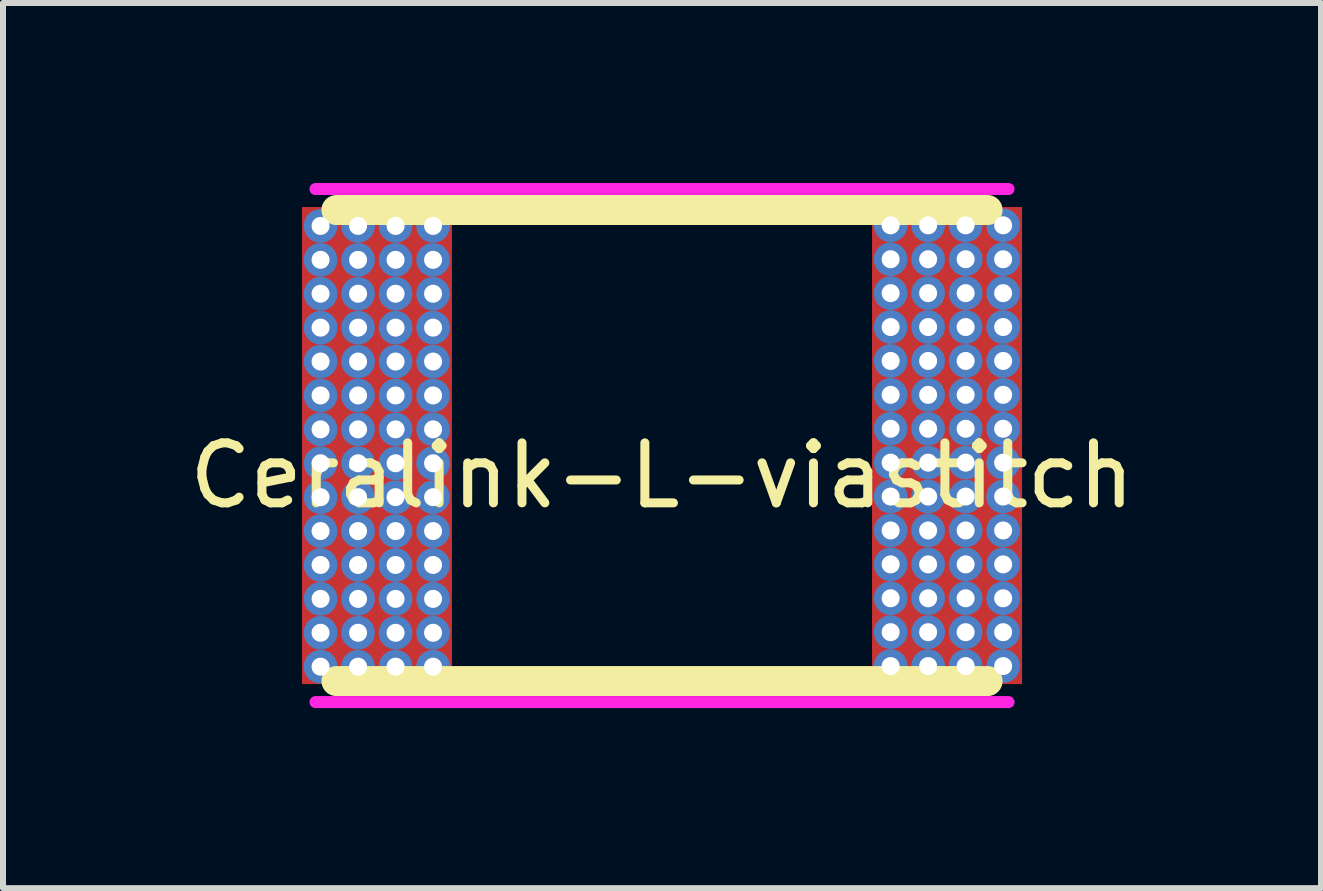
<source format=kicad_pcb>
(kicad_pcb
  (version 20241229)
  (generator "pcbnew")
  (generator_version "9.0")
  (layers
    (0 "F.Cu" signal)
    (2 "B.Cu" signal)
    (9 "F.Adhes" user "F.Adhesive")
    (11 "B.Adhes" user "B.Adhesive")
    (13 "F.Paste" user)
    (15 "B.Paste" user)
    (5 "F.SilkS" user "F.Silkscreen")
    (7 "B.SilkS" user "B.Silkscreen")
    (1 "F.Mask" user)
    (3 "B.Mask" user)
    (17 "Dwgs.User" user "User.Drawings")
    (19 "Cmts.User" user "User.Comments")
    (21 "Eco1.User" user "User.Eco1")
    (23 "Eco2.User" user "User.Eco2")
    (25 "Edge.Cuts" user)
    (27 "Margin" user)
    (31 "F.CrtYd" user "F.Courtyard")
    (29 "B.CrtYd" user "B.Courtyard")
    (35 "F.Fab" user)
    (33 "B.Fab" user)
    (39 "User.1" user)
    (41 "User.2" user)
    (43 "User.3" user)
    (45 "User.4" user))
  (footprint "Ceralink-L-viastitch"
    (layer "F.Cu")
    (at 7.982 4.375)
    (property "Reference" "Ceralink-L-viastitch" (at 0 0.5 0) (layer "F.SilkS") (effects (font (size 1 1) (thickness 0.15))))
    (attr through_hole)
    (fp_line (start -5.425 3.925) (end 5.425 3.925) (stroke (width 0.5) (type solid)) (layer "F.SilkS"))
    (fp_line (start 5.425 -3.925) (end -5.425 -3.925) (stroke (width 0.5) (type solid)) (layer "F.SilkS"))
    (fp_line (start -5.775 -4.275) (end 5.775 -4.275) (stroke (width 0.2) (type solid)) (layer "F.CrtYd"))
    (fp_line (start 5.775 4.275) (end -5.775 4.275) (stroke (width 0.2) (type solid)) (layer "F.CrtYd"))
    (pad "1" thru_hole circle (at -5.69 -3.66 90) (size 0.56 0.56) (drill 0.3) (layers "*.Cu"))
    (pad "1" thru_hole circle (at -5.69 -3.095 90) (size 0.56 0.56) (drill 0.3) (layers "*.Cu"))
    (pad "1" thru_hole circle (at -5.69 -2.53 90) (size 0.56 0.56) (drill 0.3) (layers "*.Cu"))
    (pad "1" thru_hole circle (at -5.69 -1.965 90) (size 0.56 0.56) (drill 0.3) (layers "*.Cu"))
    (pad "1" thru_hole circle (at -5.69 -1.4 90) (size 0.56 0.56) (drill 0.3) (layers "*.Cu"))
    (pad "1" thru_hole circle (at -5.69 -0.835 90) (size 0.56 0.56) (drill 0.3) (layers "*.Cu"))
    (pad "1" thru_hole circle (at -5.69 -0.27 90) (size 0.56 0.56) (drill 0.3) (layers "*.Cu"))
    (pad "1" thru_hole circle (at -5.69 0.295 90) (size 0.56 0.56) (drill 0.3) (layers "*.Cu"))
    (pad "1" thru_hole circle (at -5.69 0.86 90) (size 0.56 0.56) (drill 0.3) (layers "*.Cu"))
    (pad "1" thru_hole circle (at -5.69 1.425 90) (size 0.56 0.56) (drill 0.3) (layers "*.Cu"))
    (pad "1" thru_hole circle (at -5.69 1.99 90) (size 0.56 0.56) (drill 0.3) (layers "*.Cu"))
    (pad "1" thru_hole circle (at -5.69 2.555 90) (size 0.56 0.56) (drill 0.3) (layers "*.Cu"))
    (pad "1" thru_hole circle (at -5.69 3.12 90) (size 0.56 0.56) (drill 0.3) (layers "*.Cu"))
    (pad "1" thru_hole circle (at -5.69 3.685 90) (size 0.56 0.56) (drill 0.3) (layers "*.Cu"))
    (pad "1" thru_hole circle (at -5.065 -3.66 90) (size 0.56 0.56) (drill 0.3) (layers "*.Cu"))
    (pad "1" thru_hole circle (at -5.065 -3.095 90) (size 0.56 0.56) (drill 0.3) (layers "*.Cu"))
    (pad "1" thru_hole circle (at -5.065 -2.53 90) (size 0.56 0.56) (drill 0.3) (layers "*.Cu"))
    (pad "1" thru_hole circle (at -5.065 -1.965 90) (size 0.56 0.56) (drill 0.3) (layers "*.Cu"))
    (pad "1" thru_hole circle (at -5.065 -1.4 90) (size 0.56 0.56) (drill 0.3) (layers "*.Cu"))
    (pad "1" thru_hole circle (at -5.065 -0.835 90) (size 0.56 0.56) (drill 0.3) (layers "*.Cu"))
    (pad "1" thru_hole circle (at -5.065 -0.27 90) (size 0.56 0.56) (drill 0.3) (layers "*.Cu"))
    (pad "1" thru_hole circle (at -5.065 0.295 90) (size 0.56 0.56) (drill 0.3) (layers "*.Cu"))
    (pad "1" thru_hole circle (at -5.065 0.86 90) (size 0.56 0.56) (drill 0.3) (layers "*.Cu"))
    (pad "1" thru_hole circle (at -5.065 1.425 90) (size 0.56 0.56) (drill 0.3) (layers "*.Cu"))
    (pad "1" thru_hole circle (at -5.065 1.99 90) (size 0.56 0.56) (drill 0.3) (layers "*.Cu"))
    (pad "1" thru_hole circle (at -5.065 2.555 90) (size 0.56 0.56) (drill 0.3) (layers "*.Cu"))
    (pad "1" thru_hole circle (at -5.065 3.12 90) (size 0.56 0.56) (drill 0.3) (layers "*.Cu"))
    (pad "1" thru_hole circle (at -5.065 3.685 90) (size 0.56 0.56) (drill 0.3) (layers "*.Cu"))
    (pad "1" smd rect (at -4.75 0) (size 2.5 7.95) (layers "F.Cu" "F.Mask" "F.Paste"))
    (pad "1" thru_hole circle (at -4.44 -3.66 90) (size 0.56 0.56) (drill 0.3) (layers "*.Cu"))
    (pad "1" thru_hole circle (at -4.44 -3.095 90) (size 0.56 0.56) (drill 0.3) (layers "*.Cu"))
    (pad "1" thru_hole circle (at -4.44 -2.53 90) (size 0.56 0.56) (drill 0.3) (layers "*.Cu"))
    (pad "1" thru_hole circle (at -4.44 -1.965 90) (size 0.56 0.56) (drill 0.3) (layers "*.Cu"))
    (pad "1" thru_hole circle (at -4.44 -1.4 90) (size 0.56 0.56) (drill 0.3) (layers "*.Cu"))
    (pad "1" thru_hole circle (at -4.44 -0.835 90) (size 0.56 0.56) (drill 0.3) (layers "*.Cu"))
    (pad "1" thru_hole circle (at -4.44 -0.27 90) (size 0.56 0.56) (drill 0.3) (layers "*.Cu"))
    (pad "1" thru_hole circle (at -4.44 0.295 90) (size 0.56 0.56) (drill 0.3) (layers "*.Cu"))
    (pad "1" thru_hole circle (at -4.44 0.86 90) (size 0.56 0.56) (drill 0.3) (layers "*.Cu"))
    (pad "1" thru_hole circle (at -4.44 1.425 90) (size 0.56 0.56) (drill 0.3) (layers "*.Cu"))
    (pad "1" thru_hole circle (at -4.44 1.99 90) (size 0.56 0.56) (drill 0.3) (layers "*.Cu"))
    (pad "1" thru_hole circle (at -4.44 2.555 90) (size 0.56 0.56) (drill 0.3) (layers "*.Cu"))
    (pad "1" thru_hole circle (at -4.44 3.12 90) (size 0.56 0.56) (drill 0.3) (layers "*.Cu"))
    (pad "1" thru_hole circle (at -4.44 3.685 90) (size 0.56 0.56) (drill 0.3) (layers "*.Cu"))
    (pad "1" thru_hole circle (at -3.815 -3.66 90) (size 0.56 0.56) (drill 0.3) (layers "*.Cu"))
    (pad "1" thru_hole circle (at -3.815 -3.095 90) (size 0.56 0.56) (drill 0.3) (layers "*.Cu"))
    (pad "1" thru_hole circle (at -3.815 -2.53 90) (size 0.56 0.56) (drill 0.3) (layers "*.Cu"))
    (pad "1" thru_hole circle (at -3.815 -1.965 90) (size 0.56 0.56) (drill 0.3) (layers "*.Cu"))
    (pad "1" thru_hole circle (at -3.815 -1.4 90) (size 0.56 0.56) (drill 0.3) (layers "*.Cu"))
    (pad "1" thru_hole circle (at -3.815 -0.835 90) (size 0.56 0.56) (drill 0.3) (layers "*.Cu"))
    (pad "1" thru_hole circle (at -3.815 -0.27 90) (size 0.56 0.56) (drill 0.3) (layers "*.Cu"))
    (pad "1" thru_hole circle (at -3.815 0.295 90) (size 0.56 0.56) (drill 0.3) (layers "*.Cu"))
    (pad "1" thru_hole circle (at -3.815 0.86 90) (size 0.56 0.56) (drill 0.3) (layers "*.Cu"))
    (pad "1" thru_hole circle (at -3.815 1.425 90) (size 0.56 0.56) (drill 0.3) (layers "*.Cu"))
    (pad "1" thru_hole circle (at -3.815 1.99 90) (size 0.56 0.56) (drill 0.3) (layers "*.Cu"))
    (pad "1" thru_hole circle (at -3.815 2.555 90) (size 0.56 0.56) (drill 0.3) (layers "*.Cu"))
    (pad "1" thru_hole circle (at -3.815 3.12 90) (size 0.56 0.56) (drill 0.3) (layers "*.Cu"))
    (pad "1" thru_hole circle (at -3.815 3.685 90) (size 0.56 0.56) (drill 0.3) (layers "*.Cu"))
    (pad "2" thru_hole circle (at 3.81 -3.67 90) (size 0.56 0.56) (drill 0.3) (layers "*.Cu"))
    (pad "2" thru_hole circle (at 3.81 -3.105 90) (size 0.56 0.56) (drill 0.3) (layers "*.Cu"))
    (pad "2" thru_hole circle (at 3.81 -2.54 90) (size 0.56 0.56) (drill 0.3) (layers "*.Cu"))
    (pad "2" thru_hole circle (at 3.81 -1.975 90) (size 0.56 0.56) (drill 0.3) (layers "*.Cu"))
    (pad "2" thru_hole circle (at 3.81 -1.41 90) (size 0.56 0.56) (drill 0.3) (layers "*.Cu"))
    (pad "2" thru_hole circle (at 3.81 -0.845 90) (size 0.56 0.56) (drill 0.3) (layers "*.Cu"))
    (pad "2" thru_hole circle (at 3.81 -0.28 90) (size 0.56 0.56) (drill 0.3) (layers "*.Cu"))
    (pad "2" thru_hole circle (at 3.81 0.285 90) (size 0.56 0.56) (drill 0.3) (layers "*.Cu"))
    (pad "2" thru_hole circle (at 3.81 0.85 90) (size 0.56 0.56) (drill 0.3) (layers "*.Cu"))
    (pad "2" thru_hole circle (at 3.81 1.415 90) (size 0.56 0.56) (drill 0.3) (layers "*.Cu"))
    (pad "2" thru_hole circle (at 3.81 1.98 90) (size 0.56 0.56) (drill 0.3) (layers "*.Cu"))
    (pad "2" thru_hole circle (at 3.81 2.545 90) (size 0.56 0.56) (drill 0.3) (layers "*.Cu"))
    (pad "2" thru_hole circle (at 3.81 3.11 90) (size 0.56 0.56) (drill 0.3) (layers "*.Cu"))
    (pad "2" thru_hole circle (at 3.81 3.675 90) (size 0.56 0.56) (drill 0.3) (layers "*.Cu"))
    (pad "2" thru_hole circle (at 4.435 -3.67 90) (size 0.56 0.56) (drill 0.3) (layers "*.Cu"))
    (pad "2" thru_hole circle (at 4.435 -3.105 90) (size 0.56 0.56) (drill 0.3) (layers "*.Cu"))
    (pad "2" thru_hole circle (at 4.435 -2.54 90) (size 0.56 0.56) (drill 0.3) (layers "*.Cu"))
    (pad "2" thru_hole circle (at 4.435 -1.975 90) (size 0.56 0.56) (drill 0.3) (layers "*.Cu"))
    (pad "2" thru_hole circle (at 4.435 -1.41 90) (size 0.56 0.56) (drill 0.3) (layers "*.Cu"))
    (pad "2" thru_hole circle (at 4.435 -0.845 90) (size 0.56 0.56) (drill 0.3) (layers "*.Cu"))
    (pad "2" thru_hole circle (at 4.435 -0.28 90) (size 0.56 0.56) (drill 0.3) (layers "*.Cu"))
    (pad "2" thru_hole circle (at 4.435 0.285 90) (size 0.56 0.56) (drill 0.3) (layers "*.Cu"))
    (pad "2" thru_hole circle (at 4.435 0.85 90) (size 0.56 0.56) (drill 0.3) (layers "*.Cu"))
    (pad "2" thru_hole circle (at 4.435 1.415 90) (size 0.56 0.56) (drill 0.3) (layers "*.Cu"))
    (pad "2" thru_hole circle (at 4.435 1.98 90) (size 0.56 0.56) (drill 0.3) (layers "*.Cu"))
    (pad "2" thru_hole circle (at 4.435 2.545 90) (size 0.56 0.56) (drill 0.3) (layers "*.Cu"))
    (pad "2" thru_hole circle (at 4.435 3.11 90) (size 0.56 0.56) (drill 0.3) (layers "*.Cu"))
    (pad "2" thru_hole circle (at 4.435 3.675 90) (size 0.56 0.56) (drill 0.3) (layers "*.Cu"))
    (pad "2" smd rect (at 4.75 0) (size 2.5 7.95) (layers "F.Cu" "F.Mask" "F.Paste"))
    (pad "2" thru_hole circle (at 5.06 -3.67 90) (size 0.56 0.56) (drill 0.3) (layers "*.Cu"))
    (pad "2" thru_hole circle (at 5.06 -3.105 90) (size 0.56 0.56) (drill 0.3) (layers "*.Cu"))
    (pad "2" thru_hole circle (at 5.06 -2.54 90) (size 0.56 0.56) (drill 0.3) (layers "*.Cu"))
    (pad "2" thru_hole circle (at 5.06 -1.975 90) (size 0.56 0.56) (drill 0.3) (layers "*.Cu"))
    (pad "2" thru_hole circle (at 5.06 -1.41 90) (size 0.56 0.56) (drill 0.3) (layers "*.Cu"))
    (pad "2" thru_hole circle (at 5.06 -0.845 90) (size 0.56 0.56) (drill 0.3) (layers "*.Cu"))
    (pad "2" thru_hole circle (at 5.06 -0.28 90) (size 0.56 0.56) (drill 0.3) (layers "*.Cu"))
    (pad "2" thru_hole circle (at 5.06 0.285 90) (size 0.56 0.56) (drill 0.3) (layers "*.Cu"))
    (pad "2" thru_hole circle (at 5.06 0.85 90) (size 0.56 0.56) (drill 0.3) (layers "*.Cu"))
    (pad "2" thru_hole circle (at 5.06 1.415 90) (size 0.56 0.56) (drill 0.3) (layers "*.Cu"))
    (pad "2" thru_hole circle (at 5.06 1.98 90) (size 0.56 0.56) (drill 0.3) (layers "*.Cu"))
    (pad "2" thru_hole circle (at 5.06 2.545 90) (size 0.56 0.56) (drill 0.3) (layers "*.Cu"))
    (pad "2" thru_hole circle (at 5.06 3.11 90) (size 0.56 0.56) (drill 0.3) (layers "*.Cu"))
    (pad "2" thru_hole circle (at 5.06 3.675 90) (size 0.56 0.56) (drill 0.3) (layers "*.Cu"))
    (pad "2" thru_hole circle (at 5.685 -3.67 90) (size 0.56 0.56) (drill 0.3) (layers "*.Cu"))
    (pad "2" thru_hole circle (at 5.685 -3.105 90) (size 0.56 0.56) (drill 0.3) (layers "*.Cu"))
    (pad "2" thru_hole circle (at 5.685 -2.54 90) (size 0.56 0.56) (drill 0.3) (layers "*.Cu"))
    (pad "2" thru_hole circle (at 5.685 -1.975 90) (size 0.56 0.56) (drill 0.3) (layers "*.Cu"))
    (pad "2" thru_hole circle (at 5.685 -1.41 90) (size 0.56 0.56) (drill 0.3) (layers "*.Cu"))
    (pad "2" thru_hole circle (at 5.685 -0.845 90) (size 0.56 0.56) (drill 0.3) (layers "*.Cu"))
    (pad "2" thru_hole circle (at 5.685 -0.28 90) (size 0.56 0.56) (drill 0.3) (layers "*.Cu"))
    (pad "2" thru_hole circle (at 5.685 0.285 90) (size 0.56 0.56) (drill 0.3) (layers "*.Cu"))
    (pad "2" thru_hole circle (at 5.685 0.85 90) (size 0.56 0.56) (drill 0.3) (layers "*.Cu"))
    (pad "2" thru_hole circle (at 5.685 1.415 90) (size 0.56 0.56) (drill 0.3) (layers "*.Cu"))
    (pad "2" thru_hole circle (at 5.685 1.98 90) (size 0.56 0.56) (drill 0.3) (layers "*.Cu"))
    (pad "2" thru_hole circle (at 5.685 2.545 90) (size 0.56 0.56) (drill 0.3) (layers "*.Cu"))
    (pad "2" thru_hole circle (at 5.685 3.11 90) (size 0.56 0.56) (drill 0.3) (layers "*.Cu"))
    (pad "2" thru_hole circle (at 5.685 3.675 90) (size 0.56 0.56) (drill 0.3) (layers "*.Cu")))
  (gr_rect
    (start -3 -3)
    (end 18.964 11.75)
    (stroke (width 0.1) (type default))
    (fill no)
    (layer "Edge.Cuts")))
</source>
